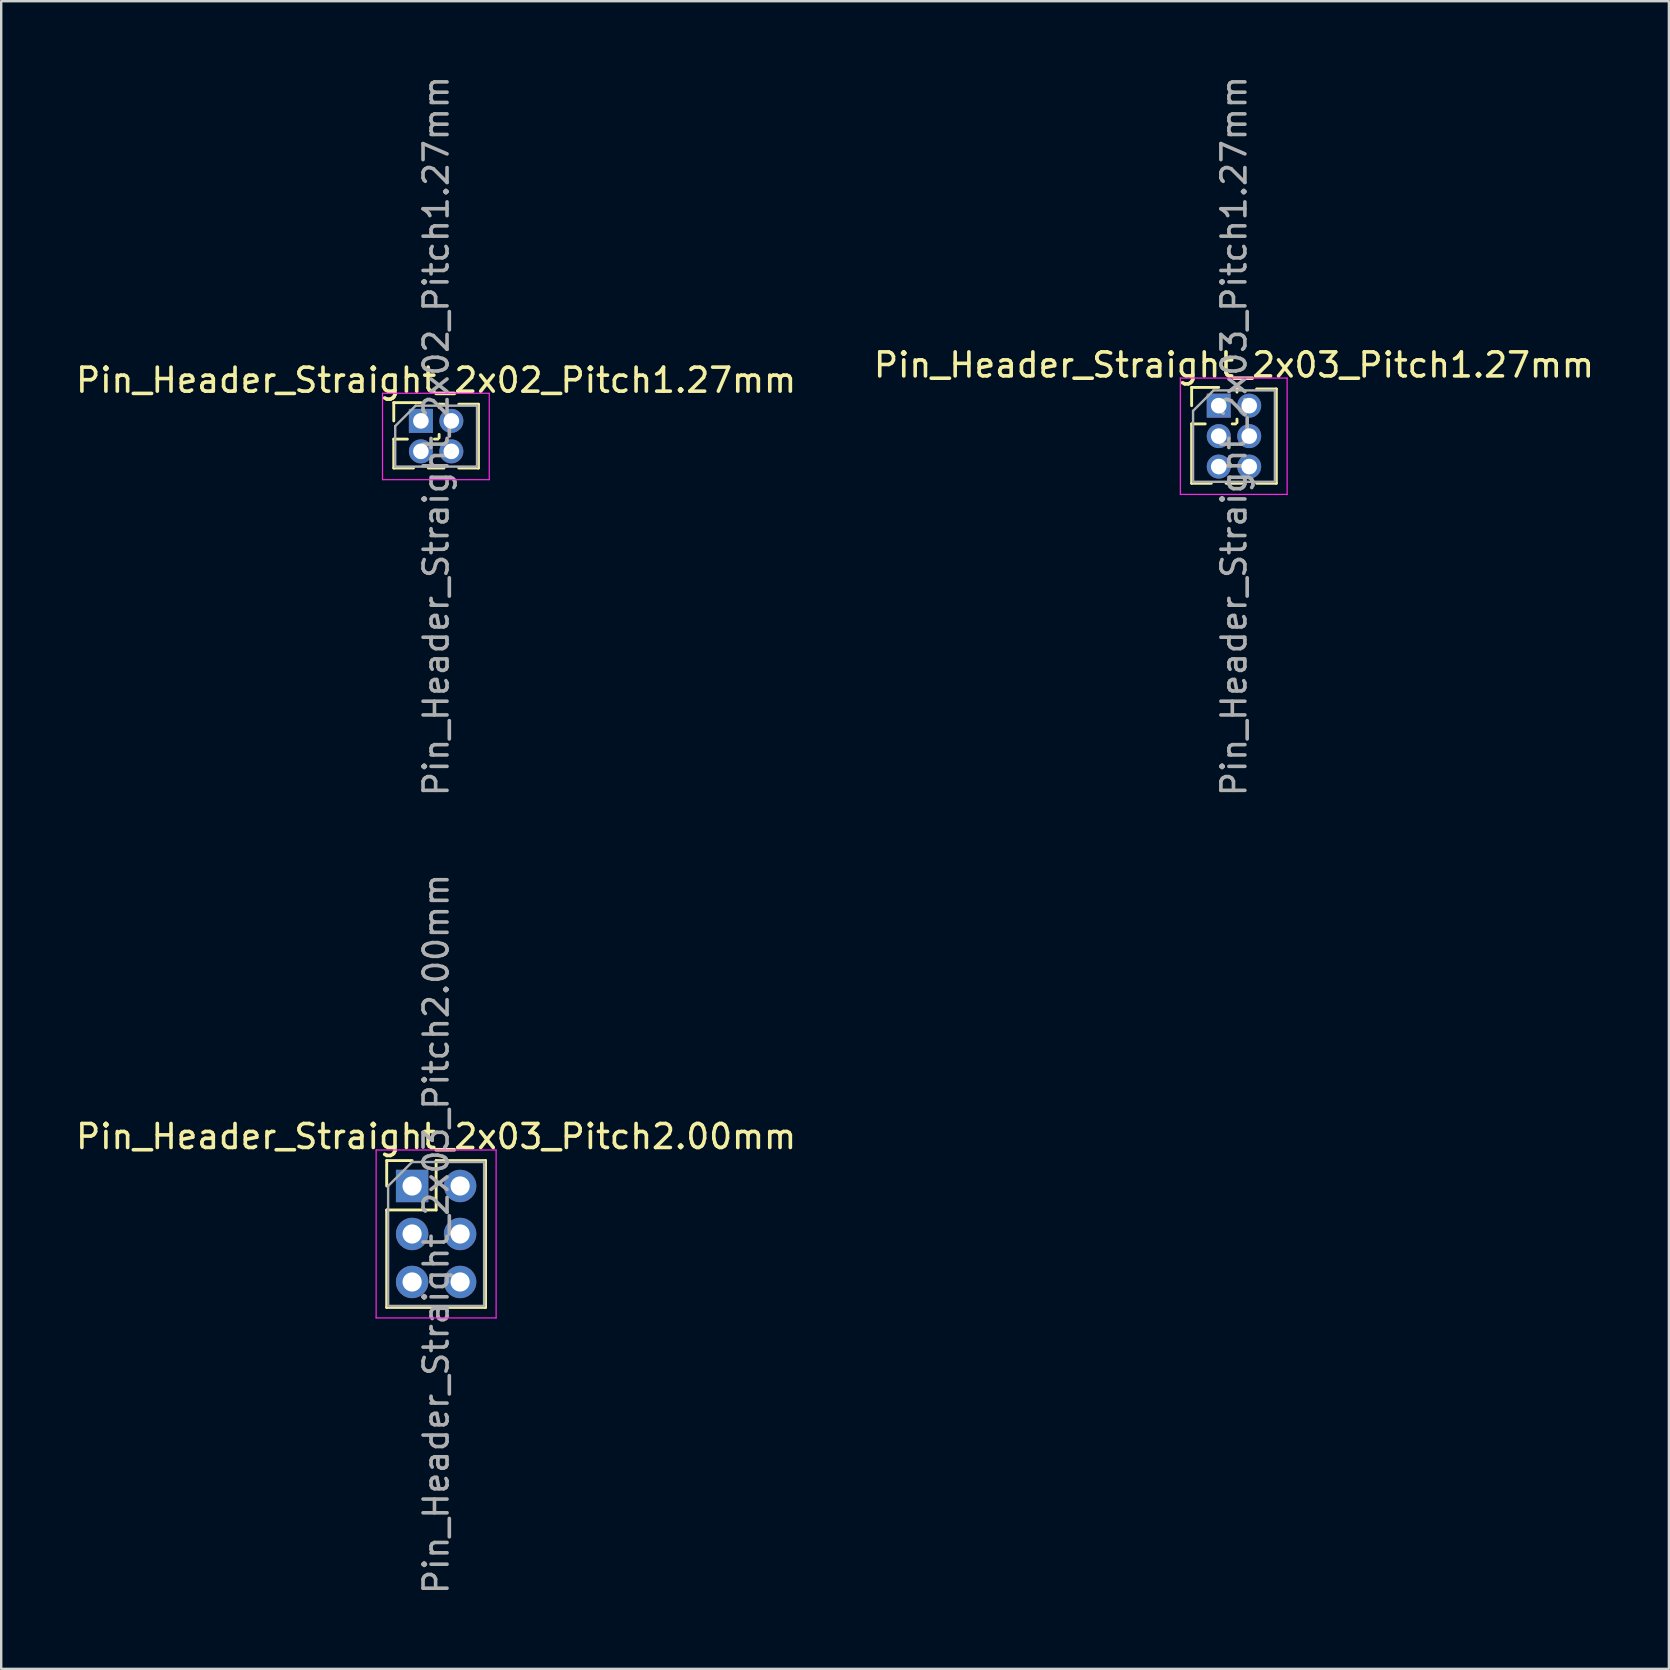
<source format=kicad_pcb>
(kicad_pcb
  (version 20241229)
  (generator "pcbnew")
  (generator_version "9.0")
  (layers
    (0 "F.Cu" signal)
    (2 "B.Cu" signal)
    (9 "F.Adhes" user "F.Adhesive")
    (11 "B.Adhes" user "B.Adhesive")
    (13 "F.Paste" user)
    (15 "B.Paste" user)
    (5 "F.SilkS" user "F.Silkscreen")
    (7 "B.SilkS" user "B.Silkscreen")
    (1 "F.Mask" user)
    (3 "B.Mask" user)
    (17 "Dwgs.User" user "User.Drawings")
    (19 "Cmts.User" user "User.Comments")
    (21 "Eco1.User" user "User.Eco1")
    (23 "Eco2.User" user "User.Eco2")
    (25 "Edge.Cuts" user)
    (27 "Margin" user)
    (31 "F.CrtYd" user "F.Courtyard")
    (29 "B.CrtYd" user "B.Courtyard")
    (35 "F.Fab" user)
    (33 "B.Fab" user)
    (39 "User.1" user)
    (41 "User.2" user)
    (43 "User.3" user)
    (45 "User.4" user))
  (footprint "Pin_Header_Straight_2x03_Pitch2.00mm"
    (layer "F.Cu")
    (at 14.125 46.375)
    (property "Reference" "Pin_Header_Straight_2x03_Pitch2.00mm" (at 1 -2.06 0) (layer "F.SilkS") (effects (font (size 1 1) (thickness 0.15))))
    (attr through_hole)
    (fp_line (start -1.06 -1.06) (end 0 -1.06) (stroke (width 0.12) (type solid)) (layer "F.SilkS"))
    (fp_line (start -1.06 0) (end -1.06 -1.06) (stroke (width 0.12) (type solid)) (layer "F.SilkS"))
    (fp_line (start -1.06 1) (end -1.06 5.06) (stroke (width 0.12) (type solid)) (layer "F.SilkS"))
    (fp_line (start -1.06 1) (end 1 1) (stroke (width 0.12) (type solid)) (layer "F.SilkS"))
    (fp_line (start -1.06 5.06) (end 3.06 5.06) (stroke (width 0.12) (type solid)) (layer "F.SilkS"))
    (fp_line (start 1 -1.06) (end 3.06 -1.06) (stroke (width 0.12) (type solid)) (layer "F.SilkS"))
    (fp_line (start 1 1) (end 1 -1.06) (stroke (width 0.12) (type solid)) (layer "F.SilkS"))
    (fp_line (start 3.06 -1.06) (end 3.06 5.06) (stroke (width 0.12) (type solid)) (layer "F.SilkS"))
    (fp_line (start -1.5 -1.5) (end -1.5 5.5) (stroke (width 0.05) (type solid)) (layer "F.CrtYd"))
    (fp_line (start -1.5 5.5) (end 3.5 5.5) (stroke (width 0.05) (type solid)) (layer "F.CrtYd"))
    (fp_line (start 3.5 -1.5) (end -1.5 -1.5) (stroke (width 0.05) (type solid)) (layer "F.CrtYd"))
    (fp_line (start 3.5 5.5) (end 3.5 -1.5) (stroke (width 0.05) (type solid)) (layer "F.CrtYd"))
    (fp_line (start -1 0) (end 0 -1) (stroke (width 0.1) (type solid)) (layer "F.Fab"))
    (fp_line (start -1 5) (end -1 0) (stroke (width 0.1) (type solid)) (layer "F.Fab"))
    (fp_line (start 0 -1) (end 3 -1) (stroke (width 0.1) (type solid)) (layer "F.Fab"))
    (fp_line (start 3 -1) (end 3 5) (stroke (width 0.1) (type solid)) (layer "F.Fab"))
    (fp_line (start 3 5) (end -1 5) (stroke (width 0.1) (type solid)) (layer "F.Fab"))
    (fp_text user "${REFERENCE}" (at 1 2 90) (layer "F.Fab") (effects (font (size 1 1) (thickness 0.15))))
    (pad "1" thru_hole rect (at 0 0) (size 1.35 1.35) (drill 0.8) (layers "*.Cu" "*.Mask"))
    (pad "2" thru_hole oval (at 2 0) (size 1.35 1.35) (drill 0.8) (layers "*.Cu" "*.Mask"))
    (pad "3" thru_hole oval (at 0 2) (size 1.35 1.35) (drill 0.8) (layers "*.Cu" "*.Mask"))
    (pad "4" thru_hole oval (at 2 2) (size 1.35 1.35) (drill 0.8) (layers "*.Cu" "*.Mask"))
    (pad "5" thru_hole oval (at 0 4) (size 1.35 1.35) (drill 0.8) (layers "*.Cu" "*.Mask"))
    (pad "6" thru_hole oval (at 2 4) (size 1.35 1.35) (drill 0.8) (layers "*.Cu" "*.Mask")))
  (footprint "Pin_Header_Straight_2x03_Pitch1.27mm"
    (layer "F.Cu")
    (at 47.74 13.855)
    (property "Reference" "Pin_Header_Straight_2x03_Pitch1.27mm" (at 0.635 -1.695 0) (layer "F.SilkS") (effects (font (size 1 1) (thickness 0.15))))
    (attr through_hole)
    (fp_line (start -1.13 -0.76) (end 0 -0.76) (stroke (width 0.12) (type solid)) (layer "F.SilkS"))
    (fp_line (start -1.13 0) (end -1.13 -0.76) (stroke (width 0.12) (type solid)) (layer "F.SilkS"))
    (fp_line (start -1.13 0.76) (end -1.13 3.235) (stroke (width 0.12) (type solid)) (layer "F.SilkS"))
    (fp_line (start -1.13 0.76) (end -0.563 0.76) (stroke (width 0.12) (type solid)) (layer "F.SilkS"))
    (fp_line (start -1.13 3.235) (end -0.308 3.235) (stroke (width 0.12) (type solid)) (layer "F.SilkS"))
    (fp_line (start 0.308 3.235) (end 0.962 3.235) (stroke (width 0.12) (type solid)) (layer "F.SilkS"))
    (fp_line (start 0.563 0.76) (end 0.707 0.76) (stroke (width 0.12) (type solid)) (layer "F.SilkS"))
    (fp_line (start 0.76 -0.695) (end 0.962 -0.695) (stroke (width 0.12) (type solid)) (layer "F.SilkS"))
    (fp_line (start 0.76 -0.563) (end 0.76 -0.695) (stroke (width 0.12) (type solid)) (layer "F.SilkS"))
    (fp_line (start 0.76 0.707) (end 0.76 0.563) (stroke (width 0.12) (type solid)) (layer "F.SilkS"))
    (fp_line (start 1.578 -0.695) (end 2.4 -0.695) (stroke (width 0.12) (type solid)) (layer "F.SilkS"))
    (fp_line (start 1.578 3.235) (end 2.4 3.235) (stroke (width 0.12) (type solid)) (layer "F.SilkS"))
    (fp_line (start 2.4 -0.695) (end 2.4 3.235) (stroke (width 0.12) (type solid)) (layer "F.SilkS"))
    (fp_line (start -1.6 -1.15) (end -1.6 3.7) (stroke (width 0.05) (type solid)) (layer "F.CrtYd"))
    (fp_line (start -1.6 3.7) (end 2.85 3.7) (stroke (width 0.05) (type solid)) (layer "F.CrtYd"))
    (fp_line (start 2.85 -1.15) (end -1.6 -1.15) (stroke (width 0.05) (type solid)) (layer "F.CrtYd"))
    (fp_line (start 2.85 3.7) (end 2.85 -1.15) (stroke (width 0.05) (type solid)) (layer "F.CrtYd"))
    (fp_line (start -1.07 0.217) (end -0.217 -0.635) (stroke (width 0.1) (type solid)) (layer "F.Fab"))
    (fp_line (start -1.07 3.175) (end -1.07 0.217) (stroke (width 0.1) (type solid)) (layer "F.Fab"))
    (fp_line (start -0.217 -0.635) (end 2.34 -0.635) (stroke (width 0.1) (type solid)) (layer "F.Fab"))
    (fp_line (start 2.34 -0.635) (end 2.34 3.175) (stroke (width 0.1) (type solid)) (layer "F.Fab"))
    (fp_line (start 2.34 3.175) (end -1.07 3.175) (stroke (width 0.1) (type solid)) (layer "F.Fab"))
    (fp_text user "${REFERENCE}" (at 0.635 1.27 90) (layer "F.Fab") (effects (font (size 1 1) (thickness 0.15))))
    (pad "1" thru_hole rect (at 0 0) (size 1 1) (drill 0.65) (layers "*.Cu" "*.Mask"))
    (pad "2" thru_hole oval (at 1.27 0) (size 1 1) (drill 0.65) (layers "*.Cu" "*.Mask"))
    (pad "3" thru_hole oval (at 0 1.27) (size 1 1) (drill 0.65) (layers "*.Cu" "*.Mask"))
    (pad "4" thru_hole oval (at 1.27 1.27) (size 1 1) (drill 0.65) (layers "*.Cu" "*.Mask"))
    (pad "5" thru_hole oval (at 0 2.54) (size 1 1) (drill 0.65) (layers "*.Cu" "*.Mask"))
    (pad "6" thru_hole oval (at 1.27 2.54) (size 1 1) (drill 0.65) (layers "*.Cu" "*.Mask")))
  (footprint "Pin_Header_Straight_2x02_Pitch1.27mm"
    (layer "F.Cu")
    (at 14.49 14.49)
    (property "Reference" "Pin_Header_Straight_2x02_Pitch1.27mm" (at 0.635 -1.695 0) (layer "F.SilkS") (effects (font (size 1 1) (thickness 0.15))))
    (attr through_hole)
    (fp_line (start -1.13 -0.76) (end 0 -0.76) (stroke (width 0.12) (type solid)) (layer "F.SilkS"))
    (fp_line (start -1.13 0) (end -1.13 -0.76) (stroke (width 0.12) (type solid)) (layer "F.SilkS"))
    (fp_line (start -1.13 0.76) (end -1.13 1.965) (stroke (width 0.12) (type solid)) (layer "F.SilkS"))
    (fp_line (start -1.13 0.76) (end -0.563 0.76) (stroke (width 0.12) (type solid)) (layer "F.SilkS"))
    (fp_line (start -1.13 1.965) (end -0.308 1.965) (stroke (width 0.12) (type solid)) (layer "F.SilkS"))
    (fp_line (start 0.308 1.965) (end 0.962 1.965) (stroke (width 0.12) (type solid)) (layer "F.SilkS"))
    (fp_line (start 0.563 0.76) (end 0.707 0.76) (stroke (width 0.12) (type solid)) (layer "F.SilkS"))
    (fp_line (start 0.76 -0.695) (end 0.962 -0.695) (stroke (width 0.12) (type solid)) (layer "F.SilkS"))
    (fp_line (start 0.76 -0.563) (end 0.76 -0.695) (stroke (width 0.12) (type solid)) (layer "F.SilkS"))
    (fp_line (start 0.76 0.707) (end 0.76 0.563) (stroke (width 0.12) (type solid)) (layer "F.SilkS"))
    (fp_line (start 1.578 -0.695) (end 2.4 -0.695) (stroke (width 0.12) (type solid)) (layer "F.SilkS"))
    (fp_line (start 1.578 1.965) (end 2.4 1.965) (stroke (width 0.12) (type solid)) (layer "F.SilkS"))
    (fp_line (start 2.4 -0.695) (end 2.4 1.965) (stroke (width 0.12) (type solid)) (layer "F.SilkS"))
    (fp_line (start -1.6 -1.15) (end -1.6 2.45) (stroke (width 0.05) (type solid)) (layer "F.CrtYd"))
    (fp_line (start -1.6 2.45) (end 2.85 2.45) (stroke (width 0.05) (type solid)) (layer "F.CrtYd"))
    (fp_line (start 2.85 -1.15) (end -1.6 -1.15) (stroke (width 0.05) (type solid)) (layer "F.CrtYd"))
    (fp_line (start 2.85 2.45) (end 2.85 -1.15) (stroke (width 0.05) (type solid)) (layer "F.CrtYd"))
    (fp_line (start -1.07 0.217) (end -0.217 -0.635) (stroke (width 0.1) (type solid)) (layer "F.Fab"))
    (fp_line (start -1.07 1.905) (end -1.07 0.217) (stroke (width 0.1) (type solid)) (layer "F.Fab"))
    (fp_line (start -0.217 -0.635) (end 2.34 -0.635) (stroke (width 0.1) (type solid)) (layer "F.Fab"))
    (fp_line (start 2.34 -0.635) (end 2.34 1.905) (stroke (width 0.1) (type solid)) (layer "F.Fab"))
    (fp_line (start 2.34 1.905) (end -1.07 1.905) (stroke (width 0.1) (type solid)) (layer "F.Fab"))
    (fp_text user "${REFERENCE}" (at 0.635 0.635 90) (layer "F.Fab") (effects (font (size 1 1) (thickness 0.15))))
    (pad "1" thru_hole rect (at 0 0) (size 1 1) (drill 0.65) (layers "*.Cu" "*.Mask"))
    (pad "2" thru_hole oval (at 1.27 0) (size 1 1) (drill 0.65) (layers "*.Cu" "*.Mask"))
    (pad "3" thru_hole oval (at 0 1.27) (size 1 1) (drill 0.65) (layers "*.Cu" "*.Mask"))
    (pad "4" thru_hole oval (at 1.27 1.27) (size 1 1) (drill 0.65) (layers "*.Cu" "*.Mask")))
  (gr_rect
    (start -3 -3)
    (end 66.5 66.5)
    (stroke (width 0.1) (type default))
    (fill no)
    (layer "Edge.Cuts")))
</source>
